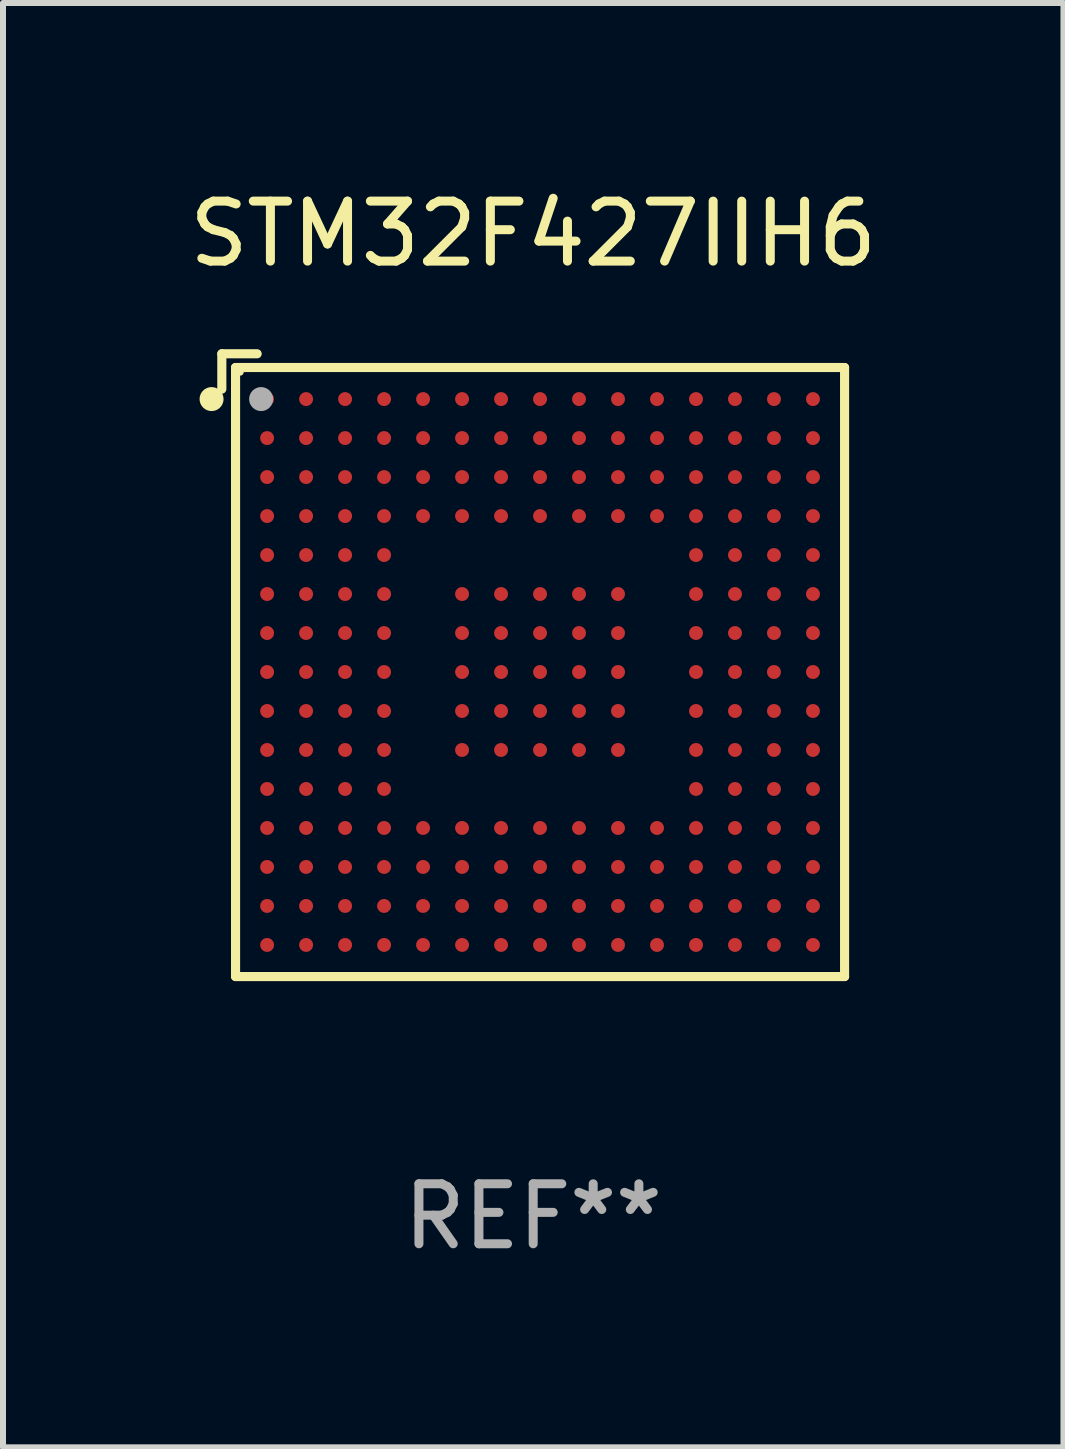
<source format=kicad_pcb>
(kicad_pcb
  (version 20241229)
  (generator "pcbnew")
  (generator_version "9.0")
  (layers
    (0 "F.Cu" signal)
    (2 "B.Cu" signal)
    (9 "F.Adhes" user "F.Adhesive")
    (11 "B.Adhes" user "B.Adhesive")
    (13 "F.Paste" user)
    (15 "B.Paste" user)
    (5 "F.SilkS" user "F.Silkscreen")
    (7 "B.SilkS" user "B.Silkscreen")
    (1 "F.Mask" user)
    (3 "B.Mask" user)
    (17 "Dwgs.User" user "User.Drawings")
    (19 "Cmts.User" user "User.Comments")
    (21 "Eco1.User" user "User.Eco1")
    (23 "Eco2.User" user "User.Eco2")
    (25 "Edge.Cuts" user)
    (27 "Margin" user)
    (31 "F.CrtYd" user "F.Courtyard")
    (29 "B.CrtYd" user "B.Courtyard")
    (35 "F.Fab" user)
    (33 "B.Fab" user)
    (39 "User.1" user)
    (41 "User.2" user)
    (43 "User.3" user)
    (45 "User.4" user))
  (footprint "STM32F427IIH6"
    (layer "F.Cu")
    (at 5.839 8.039)
    (property "Reference" "STM32F427IIH6" (at 0 -7.191 0) (layer "F.SilkS") (effects (font (size 1 1) (thickness 0.15))))
    (attr through_hole)
    (fp_line (start -5.191 -5.191) (end -5.191 -4.602) (stroke (width 0.152) (type solid)) (layer "F.SilkS"))
    (fp_line (start -4.962 -4.962) (end 5.191 -4.962) (stroke (width 0.152) (type solid)) (layer "F.SilkS"))
    (fp_line (start -4.962 5.191) (end -4.962 -4.962) (stroke (width 0.152) (type solid)) (layer "F.SilkS"))
    (fp_line (start -4.602 -5.191) (end -5.191 -5.191) (stroke (width 0.152) (type solid)) (layer "F.SilkS"))
    (fp_line (start 5.191 -4.962) (end 5.191 5.191) (stroke (width 0.152) (type solid)) (layer "F.SilkS"))
    (fp_line (start 5.191 5.191) (end -4.962 5.191) (stroke (width 0.152) (type solid)) (layer "F.SilkS"))
    (fp_circle (center -5.362 -4.436) (end -5.262 -4.436) (stroke (width 0.2) (type solid)) (fill no) (layer "F.SilkS"))
    (fp_circle (center -4.886 -4.886) (end -4.856 -4.886) (stroke (width 0.06) (type solid)) (fill no) (layer "F.SilkS"))
    (fp_circle (center -4.536 -4.436) (end -4.436 -4.436) (stroke (width 0.2) (type solid)) (fill no) (layer "F.Fab"))
    (fp_text user "REF**" (at 0 9.191 0) (layer "F.Fab") (effects (font (size 1 1) (thickness 0.15))))
    (pad "A1" smd circle (at -4.436 -4.436) (size 0.232 0.232) (layers "F.Cu" "F.Mask" "F.Paste"))
    (pad "A2" smd circle (at -3.786 -4.436) (size 0.232 0.232) (layers "F.Cu" "F.Mask" "F.Paste"))
    (pad "A3" smd circle (at -3.136 -4.436) (size 0.232 0.232) (layers "F.Cu" "F.Mask" "F.Paste"))
    (pad "A4" smd circle (at -2.486 -4.436) (size 0.232 0.232) (layers "F.Cu" "F.Mask" "F.Paste"))
    (pad "A5" smd circle (at -1.836 -4.436) (size 0.232 0.232) (layers "F.Cu" "F.Mask" "F.Paste"))
    (pad "A6" smd circle (at -1.186 -4.436) (size 0.232 0.232) (layers "F.Cu" "F.Mask" "F.Paste"))
    (pad "A7" smd circle (at -0.536 -4.436) (size 0.232 0.232) (layers "F.Cu" "F.Mask" "F.Paste"))
    (pad "A8" smd circle (at 0.114 -4.436) (size 0.232 0.232) (layers "F.Cu" "F.Mask" "F.Paste"))
    (pad "A9" smd circle (at 0.764 -4.436) (size 0.232 0.232) (layers "F.Cu" "F.Mask" "F.Paste"))
    (pad "A10" smd circle (at 1.414 -4.436) (size 0.232 0.232) (layers "F.Cu" "F.Mask" "F.Paste"))
    (pad "A11" smd circle (at 2.064 -4.436) (size 0.232 0.232) (layers "F.Cu" "F.Mask" "F.Paste"))
    (pad "A12" smd circle (at 2.714 -4.436) (size 0.232 0.232) (layers "F.Cu" "F.Mask" "F.Paste"))
    (pad "A13" smd circle (at 3.364 -4.436) (size 0.232 0.232) (layers "F.Cu" "F.Mask" "F.Paste"))
    (pad "A14" smd circle (at 4.014 -4.436) (size 0.232 0.232) (layers "F.Cu" "F.Mask" "F.Paste"))
    (pad "A15" smd circle (at 4.664 -4.436) (size 0.232 0.232) (layers "F.Cu" "F.Mask" "F.Paste"))
    (pad "B1" smd circle (at -4.436 -3.786) (size 0.232 0.232) (layers "F.Cu" "F.Mask" "F.Paste"))
    (pad "B2" smd circle (at -3.786 -3.786) (size 0.232 0.232) (layers "F.Cu" "F.Mask" "F.Paste"))
    (pad "B3" smd circle (at -3.136 -3.786) (size 0.232 0.232) (layers "F.Cu" "F.Mask" "F.Paste"))
    (pad "B4" smd circle (at -2.486 -3.786) (size 0.232 0.232) (layers "F.Cu" "F.Mask" "F.Paste"))
    (pad "B5" smd circle (at -1.836 -3.786) (size 0.232 0.232) (layers "F.Cu" "F.Mask" "F.Paste"))
    (pad "B6" smd circle (at -1.186 -3.786) (size 0.232 0.232) (layers "F.Cu" "F.Mask" "F.Paste"))
    (pad "B7" smd circle (at -0.536 -3.786) (size 0.232 0.232) (layers "F.Cu" "F.Mask" "F.Paste"))
    (pad "B8" smd circle (at 0.114 -3.786) (size 0.232 0.232) (layers "F.Cu" "F.Mask" "F.Paste"))
    (pad "B9" smd circle (at 0.764 -3.786) (size 0.232 0.232) (layers "F.Cu" "F.Mask" "F.Paste"))
    (pad "B10" smd circle (at 1.414 -3.786) (size 0.232 0.232) (layers "F.Cu" "F.Mask" "F.Paste"))
    (pad "B11" smd circle (at 2.064 -3.786) (size 0.232 0.232) (layers "F.Cu" "F.Mask" "F.Paste"))
    (pad "B12" smd circle (at 2.714 -3.786) (size 0.232 0.232) (layers "F.Cu" "F.Mask" "F.Paste"))
    (pad "B13" smd circle (at 3.364 -3.786) (size 0.232 0.232) (layers "F.Cu" "F.Mask" "F.Paste"))
    (pad "B14" smd circle (at 4.014 -3.786) (size 0.232 0.232) (layers "F.Cu" "F.Mask" "F.Paste"))
    (pad "B15" smd circle (at 4.664 -3.786) (size 0.232 0.232) (layers "F.Cu" "F.Mask" "F.Paste"))
    (pad "C1" smd circle (at -4.436 -3.136) (size 0.232 0.232) (layers "F.Cu" "F.Mask" "F.Paste"))
    (pad "C2" smd circle (at -3.786 -3.136) (size 0.232 0.232) (layers "F.Cu" "F.Mask" "F.Paste"))
    (pad "C3" smd circle (at -3.136 -3.136) (size 0.232 0.232) (layers "F.Cu" "F.Mask" "F.Paste"))
    (pad "C4" smd circle (at -2.486 -3.136) (size 0.232 0.232) (layers "F.Cu" "F.Mask" "F.Paste"))
    (pad "C5" smd circle (at -1.836 -3.136) (size 0.232 0.232) (layers "F.Cu" "F.Mask" "F.Paste"))
    (pad "C6" smd circle (at -1.186 -3.136) (size 0.232 0.232) (layers "F.Cu" "F.Mask" "F.Paste"))
    (pad "C7" smd circle (at -0.536 -3.136) (size 0.232 0.232) (layers "F.Cu" "F.Mask" "F.Paste"))
    (pad "C8" smd circle (at 0.114 -3.136) (size 0.232 0.232) (layers "F.Cu" "F.Mask" "F.Paste"))
    (pad "C9" smd circle (at 0.764 -3.136) (size 0.232 0.232) (layers "F.Cu" "F.Mask" "F.Paste"))
    (pad "C10" smd circle (at 1.414 -3.136) (size 0.232 0.232) (layers "F.Cu" "F.Mask" "F.Paste"))
    (pad "C11" smd circle (at 2.064 -3.136) (size 0.232 0.232) (layers "F.Cu" "F.Mask" "F.Paste"))
    (pad "C12" smd circle (at 2.714 -3.136) (size 0.232 0.232) (layers "F.Cu" "F.Mask" "F.Paste"))
    (pad "C13" smd circle (at 3.364 -3.136) (size 0.232 0.232) (layers "F.Cu" "F.Mask" "F.Paste"))
    (pad "C14" smd circle (at 4.014 -3.136) (size 0.232 0.232) (layers "F.Cu" "F.Mask" "F.Paste"))
    (pad "C15" smd circle (at 4.664 -3.136) (size 0.232 0.232) (layers "F.Cu" "F.Mask" "F.Paste"))
    (pad "D1" smd circle (at -4.436 -2.486) (size 0.232 0.232) (layers "F.Cu" "F.Mask" "F.Paste"))
    (pad "D2" smd circle (at -3.786 -2.486) (size 0.232 0.232) (layers "F.Cu" "F.Mask" "F.Paste"))
    (pad "D3" smd circle (at -3.136 -2.486) (size 0.232 0.232) (layers "F.Cu" "F.Mask" "F.Paste"))
    (pad "D4" smd circle (at -2.486 -2.486) (size 0.232 0.232) (layers "F.Cu" "F.Mask" "F.Paste"))
    (pad "D5" smd circle (at -1.836 -2.486) (size 0.232 0.232) (layers "F.Cu" "F.Mask" "F.Paste"))
    (pad "D6" smd circle (at -1.186 -2.486) (size 0.232 0.232) (layers "F.Cu" "F.Mask" "F.Paste"))
    (pad "D7" smd circle (at -0.536 -2.486) (size 0.232 0.232) (layers "F.Cu" "F.Mask" "F.Paste"))
    (pad "D8" smd circle (at 0.114 -2.486) (size 0.232 0.232) (layers "F.Cu" "F.Mask" "F.Paste"))
    (pad "D9" smd circle (at 0.764 -2.486) (size 0.232 0.232) (layers "F.Cu" "F.Mask" "F.Paste"))
    (pad "D10" smd circle (at 1.414 -2.486) (size 0.232 0.232) (layers "F.Cu" "F.Mask" "F.Paste"))
    (pad "D11" smd circle (at 2.064 -2.486) (size 0.232 0.232) (layers "F.Cu" "F.Mask" "F.Paste"))
    (pad "D12" smd circle (at 2.714 -2.486) (size 0.232 0.232) (layers "F.Cu" "F.Mask" "F.Paste"))
    (pad "D13" smd circle (at 3.364 -2.486) (size 0.232 0.232) (layers "F.Cu" "F.Mask" "F.Paste"))
    (pad "D14" smd circle (at 4.014 -2.486) (size 0.232 0.232) (layers "F.Cu" "F.Mask" "F.Paste"))
    (pad "D15" smd circle (at 4.664 -2.486) (size 0.232 0.232) (layers "F.Cu" "F.Mask" "F.Paste"))
    (pad "E1" smd circle (at -4.436 -1.836) (size 0.232 0.232) (layers "F.Cu" "F.Mask" "F.Paste"))
    (pad "E2" smd circle (at -3.786 -1.836) (size 0.232 0.232) (layers "F.Cu" "F.Mask" "F.Paste"))
    (pad "E3" smd circle (at -3.136 -1.836) (size 0.232 0.232) (layers "F.Cu" "F.Mask" "F.Paste"))
    (pad "E4" smd circle (at -2.486 -1.836) (size 0.232 0.232) (layers "F.Cu" "F.Mask" "F.Paste"))
    (pad "E12" smd circle (at 2.714 -1.836) (size 0.232 0.232) (layers "F.Cu" "F.Mask" "F.Paste"))
    (pad "E13" smd circle (at 3.364 -1.836) (size 0.232 0.232) (layers "F.Cu" "F.Mask" "F.Paste"))
    (pad "E14" smd circle (at 4.014 -1.836) (size 0.232 0.232) (layers "F.Cu" "F.Mask" "F.Paste"))
    (pad "E15" smd circle (at 4.664 -1.836) (size 0.232 0.232) (layers "F.Cu" "F.Mask" "F.Paste"))
    (pad "F1" smd circle (at -4.436 -1.186) (size 0.232 0.232) (layers "F.Cu" "F.Mask" "F.Paste"))
    (pad "F2" smd circle (at -3.786 -1.186) (size 0.232 0.232) (layers "F.Cu" "F.Mask" "F.Paste"))
    (pad "F3" smd circle (at -3.136 -1.186) (size 0.232 0.232) (layers "F.Cu" "F.Mask" "F.Paste"))
    (pad "F4" smd circle (at -2.486 -1.186) (size 0.232 0.232) (layers "F.Cu" "F.Mask" "F.Paste"))
    (pad "F6" smd circle (at -1.186 -1.186) (size 0.232 0.232) (layers "F.Cu" "F.Mask" "F.Paste"))
    (pad "F7" smd circle (at -0.536 -1.186) (size 0.232 0.232) (layers "F.Cu" "F.Mask" "F.Paste"))
    (pad "F8" smd circle (at 0.114 -1.186) (size 0.232 0.232) (layers "F.Cu" "F.Mask" "F.Paste"))
    (pad "F9" smd circle (at 0.764 -1.186) (size 0.232 0.232) (layers "F.Cu" "F.Mask" "F.Paste"))
    (pad "F10" smd circle (at 1.414 -1.186) (size 0.232 0.232) (layers "F.Cu" "F.Mask" "F.Paste"))
    (pad "F12" smd circle (at 2.714 -1.186) (size 0.232 0.232) (layers "F.Cu" "F.Mask" "F.Paste"))
    (pad "F13" smd circle (at 3.364 -1.186) (size 0.232 0.232) (layers "F.Cu" "F.Mask" "F.Paste"))
    (pad "F14" smd circle (at 4.014 -1.186) (size 0.232 0.232) (layers "F.Cu" "F.Mask" "F.Paste"))
    (pad "F15" smd circle (at 4.664 -1.186) (size 0.232 0.232) (layers "F.Cu" "F.Mask" "F.Paste"))
    (pad "G1" smd circle (at -4.436 -0.536) (size 0.232 0.232) (layers "F.Cu" "F.Mask" "F.Paste"))
    (pad "G2" smd circle (at -3.786 -0.536) (size 0.232 0.232) (layers "F.Cu" "F.Mask" "F.Paste"))
    (pad "G3" smd circle (at -3.136 -0.536) (size 0.232 0.232) (layers "F.Cu" "F.Mask" "F.Paste"))
    (pad "G4" smd circle (at -2.486 -0.536) (size 0.232 0.232) (layers "F.Cu" "F.Mask" "F.Paste"))
    (pad "G6" smd circle (at -1.186 -0.536) (size 0.232 0.232) (layers "F.Cu" "F.Mask" "F.Paste"))
    (pad "G7" smd circle (at -0.536 -0.536) (size 0.232 0.232) (layers "F.Cu" "F.Mask" "F.Paste"))
    (pad "G8" smd circle (at 0.114 -0.536) (size 0.232 0.232) (layers "F.Cu" "F.Mask" "F.Paste"))
    (pad "G9" smd circle (at 0.764 -0.536) (size 0.232 0.232) (layers "F.Cu" "F.Mask" "F.Paste"))
    (pad "G10" smd circle (at 1.414 -0.536) (size 0.232 0.232) (layers "F.Cu" "F.Mask" "F.Paste"))
    (pad "G12" smd circle (at 2.714 -0.536) (size 0.232 0.232) (layers "F.Cu" "F.Mask" "F.Paste"))
    (pad "G13" smd circle (at 3.364 -0.536) (size 0.232 0.232) (layers "F.Cu" "F.Mask" "F.Paste"))
    (pad "G14" smd circle (at 4.014 -0.536) (size 0.232 0.232) (layers "F.Cu" "F.Mask" "F.Paste"))
    (pad "G15" smd circle (at 4.664 -0.536) (size 0.232 0.232) (layers "F.Cu" "F.Mask" "F.Paste"))
    (pad "H1" smd circle (at -4.436 0.114) (size 0.232 0.232) (layers "F.Cu" "F.Mask" "F.Paste"))
    (pad "H2" smd circle (at -3.786 0.114) (size 0.232 0.232) (layers "F.Cu" "F.Mask" "F.Paste"))
    (pad "H3" smd circle (at -3.136 0.114) (size 0.232 0.232) (layers "F.Cu" "F.Mask" "F.Paste"))
    (pad "H4" smd circle (at -2.486 0.114) (size 0.232 0.232) (layers "F.Cu" "F.Mask" "F.Paste"))
    (pad "H6" smd circle (at -1.186 0.114) (size 0.232 0.232) (layers "F.Cu" "F.Mask" "F.Paste"))
    (pad "H7" smd circle (at -0.536 0.114) (size 0.232 0.232) (layers "F.Cu" "F.Mask" "F.Paste"))
    (pad "H8" smd circle (at 0.114 0.114) (size 0.232 0.232) (layers "F.Cu" "F.Mask" "F.Paste"))
    (pad "H9" smd circle (at 0.764 0.114) (size 0.232 0.232) (layers "F.Cu" "F.Mask" "F.Paste"))
    (pad "H10" smd circle (at 1.414 0.114) (size 0.232 0.232) (layers "F.Cu" "F.Mask" "F.Paste"))
    (pad "H12" smd circle (at 2.714 0.114) (size 0.232 0.232) (layers "F.Cu" "F.Mask" "F.Paste"))
    (pad "H13" smd circle (at 3.364 0.114) (size 0.232 0.232) (layers "F.Cu" "F.Mask" "F.Paste"))
    (pad "H14" smd circle (at 4.014 0.114) (size 0.232 0.232) (layers "F.Cu" "F.Mask" "F.Paste"))
    (pad "H15" smd circle (at 4.664 0.114) (size 0.232 0.232) (layers "F.Cu" "F.Mask" "F.Paste"))
    (pad "J1" smd circle (at -4.436 0.764) (size 0.232 0.232) (layers "F.Cu" "F.Mask" "F.Paste"))
    (pad "J2" smd circle (at -3.786 0.764) (size 0.232 0.232) (layers "F.Cu" "F.Mask" "F.Paste"))
    (pad "J3" smd circle (at -3.136 0.764) (size 0.232 0.232) (layers "F.Cu" "F.Mask" "F.Paste"))
    (pad "J4" smd circle (at -2.486 0.764) (size 0.232 0.232) (layers "F.Cu" "F.Mask" "F.Paste"))
    (pad "J6" smd circle (at -1.186 0.764) (size 0.232 0.232) (layers "F.Cu" "F.Mask" "F.Paste"))
    (pad "J7" smd circle (at -0.536 0.764) (size 0.232 0.232) (layers "F.Cu" "F.Mask" "F.Paste"))
    (pad "J8" smd circle (at 0.114 0.764) (size 0.232 0.232) (layers "F.Cu" "F.Mask" "F.Paste"))
    (pad "J9" smd circle (at 0.764 0.764) (size 0.232 0.232) (layers "F.Cu" "F.Mask" "F.Paste"))
    (pad "J10" smd circle (at 1.414 0.764) (size 0.232 0.232) (layers "F.Cu" "F.Mask" "F.Paste"))
    (pad "J12" smd circle (at 2.714 0.764) (size 0.232 0.232) (layers "F.Cu" "F.Mask" "F.Paste"))
    (pad "J13" smd circle (at 3.364 0.764) (size 0.232 0.232) (layers "F.Cu" "F.Mask" "F.Paste"))
    (pad "J14" smd circle (at 4.014 0.764) (size 0.232 0.232) (layers "F.Cu" "F.Mask" "F.Paste"))
    (pad "J15" smd circle (at 4.664 0.764) (size 0.232 0.232) (layers "F.Cu" "F.Mask" "F.Paste"))
    (pad "K1" smd circle (at -4.436 1.414) (size 0.232 0.232) (layers "F.Cu" "F.Mask" "F.Paste"))
    (pad "K2" smd circle (at -3.786 1.414) (size 0.232 0.232) (layers "F.Cu" "F.Mask" "F.Paste"))
    (pad "K3" smd circle (at -3.136 1.414) (size 0.232 0.232) (layers "F.Cu" "F.Mask" "F.Paste"))
    (pad "K4" smd circle (at -2.486 1.414) (size 0.232 0.232) (layers "F.Cu" "F.Mask" "F.Paste"))
    (pad "K6" smd circle (at -1.186 1.414) (size 0.232 0.232) (layers "F.Cu" "F.Mask" "F.Paste"))
    (pad "K7" smd circle (at -0.536 1.414) (size 0.232 0.232) (layers "F.Cu" "F.Mask" "F.Paste"))
    (pad "K8" smd circle (at 0.114 1.414) (size 0.232 0.232) (layers "F.Cu" "F.Mask" "F.Paste"))
    (pad "K9" smd circle (at 0.764 1.414) (size 0.232 0.232) (layers "F.Cu" "F.Mask" "F.Paste"))
    (pad "K10" smd circle (at 1.414 1.414) (size 0.232 0.232) (layers "F.Cu" "F.Mask" "F.Paste"))
    (pad "K12" smd circle (at 2.714 1.414) (size 0.232 0.232) (layers "F.Cu" "F.Mask" "F.Paste"))
    (pad "K13" smd circle (at 3.364 1.414) (size 0.232 0.232) (layers "F.Cu" "F.Mask" "F.Paste"))
    (pad "K14" smd circle (at 4.014 1.414) (size 0.232 0.232) (layers "F.Cu" "F.Mask" "F.Paste"))
    (pad "K15" smd circle (at 4.664 1.414) (size 0.232 0.232) (layers "F.Cu" "F.Mask" "F.Paste"))
    (pad "L1" smd circle (at -4.436 2.064) (size 0.232 0.232) (layers "F.Cu" "F.Mask" "F.Paste"))
    (pad "L2" smd circle (at -3.786 2.064) (size 0.232 0.232) (layers "F.Cu" "F.Mask" "F.Paste"))
    (pad "L3" smd circle (at -3.136 2.064) (size 0.232 0.232) (layers "F.Cu" "F.Mask" "F.Paste"))
    (pad "L4" smd circle (at -2.486 2.064) (size 0.232 0.232) (layers "F.Cu" "F.Mask" "F.Paste"))
    (pad "L12" smd circle (at 2.714 2.064) (size 0.232 0.232) (layers "F.Cu" "F.Mask" "F.Paste"))
    (pad "L13" smd circle (at 3.364 2.064) (size 0.232 0.232) (layers "F.Cu" "F.Mask" "F.Paste"))
    (pad "L14" smd circle (at 4.014 2.064) (size 0.232 0.232) (layers "F.Cu" "F.Mask" "F.Paste"))
    (pad "L15" smd circle (at 4.664 2.064) (size 0.232 0.232) (layers "F.Cu" "F.Mask" "F.Paste"))
    (pad "M1" smd circle (at -4.436 2.714) (size 0.232 0.232) (layers "F.Cu" "F.Mask" "F.Paste"))
    (pad "M2" smd circle (at -3.786 2.714) (size 0.232 0.232) (layers "F.Cu" "F.Mask" "F.Paste"))
    (pad "M3" smd circle (at -3.136 2.714) (size 0.232 0.232) (layers "F.Cu" "F.Mask" "F.Paste"))
    (pad "M4" smd circle (at -2.486 2.714) (size 0.232 0.232) (layers "F.Cu" "F.Mask" "F.Paste"))
    (pad "M5" smd circle (at -1.836 2.714) (size 0.232 0.232) (layers "F.Cu" "F.Mask" "F.Paste"))
    (pad "M6" smd circle (at -1.186 2.714) (size 0.232 0.232) (layers "F.Cu" "F.Mask" "F.Paste"))
    (pad "M7" smd circle (at -0.536 2.714) (size 0.232 0.232) (layers "F.Cu" "F.Mask" "F.Paste"))
    (pad "M8" smd circle (at 0.114 2.714) (size 0.232 0.232) (layers "F.Cu" "F.Mask" "F.Paste"))
    (pad "M9" smd circle (at 0.764 2.714) (size 0.232 0.232) (layers "F.Cu" "F.Mask" "F.Paste"))
    (pad "M10" smd circle (at 1.414 2.714) (size 0.232 0.232) (layers "F.Cu" "F.Mask" "F.Paste"))
    (pad "M11" smd circle (at 2.064 2.714) (size 0.232 0.232) (layers "F.Cu" "F.Mask" "F.Paste"))
    (pad "M12" smd circle (at 2.714 2.714) (size 0.232 0.232) (layers "F.Cu" "F.Mask" "F.Paste"))
    (pad "M13" smd circle (at 3.364 2.714) (size 0.232 0.232) (layers "F.Cu" "F.Mask" "F.Paste"))
    (pad "M14" smd circle (at 4.014 2.714) (size 0.232 0.232) (layers "F.Cu" "F.Mask" "F.Paste"))
    (pad "M15" smd circle (at 4.664 2.714) (size 0.232 0.232) (layers "F.Cu" "F.Mask" "F.Paste"))
    (pad "N1" smd circle (at -4.436 3.364) (size 0.232 0.232) (layers "F.Cu" "F.Mask" "F.Paste"))
    (pad "N2" smd circle (at -3.786 3.364) (size 0.232 0.232) (layers "F.Cu" "F.Mask" "F.Paste"))
    (pad "N3" smd circle (at -3.136 3.364) (size 0.232 0.232) (layers "F.Cu" "F.Mask" "F.Paste"))
    (pad "N4" smd circle (at -2.486 3.364) (size 0.232 0.232) (layers "F.Cu" "F.Mask" "F.Paste"))
    (pad "N5" smd circle (at -1.836 3.364) (size 0.232 0.232) (layers "F.Cu" "F.Mask" "F.Paste"))
    (pad "N6" smd circle (at -1.186 3.364) (size 0.232 0.232) (layers "F.Cu" "F.Mask" "F.Paste"))
    (pad "N7" smd circle (at -0.536 3.364) (size 0.232 0.232) (layers "F.Cu" "F.Mask" "F.Paste"))
    (pad "N8" smd circle (at 0.114 3.364) (size 0.232 0.232) (layers "F.Cu" "F.Mask" "F.Paste"))
    (pad "N9" smd circle (at 0.764 3.364) (size 0.232 0.232) (layers "F.Cu" "F.Mask" "F.Paste"))
    (pad "N10" smd circle (at 1.414 3.364) (size 0.232 0.232) (layers "F.Cu" "F.Mask" "F.Paste"))
    (pad "N11" smd circle (at 2.064 3.364) (size 0.232 0.232) (layers "F.Cu" "F.Mask" "F.Paste"))
    (pad "N12" smd circle (at 2.714 3.364) (size 0.232 0.232) (layers "F.Cu" "F.Mask" "F.Paste"))
    (pad "N13" smd circle (at 3.364 3.364) (size 0.232 0.232) (layers "F.Cu" "F.Mask" "F.Paste"))
    (pad "N14" smd circle (at 4.014 3.364) (size 0.232 0.232) (layers "F.Cu" "F.Mask" "F.Paste"))
    (pad "N15" smd circle (at 4.664 3.364) (size 0.232 0.232) (layers "F.Cu" "F.Mask" "F.Paste"))
    (pad "P1" smd circle (at -4.436 4.014) (size 0.232 0.232) (layers "F.Cu" "F.Mask" "F.Paste"))
    (pad "P2" smd circle (at -3.786 4.014) (size 0.232 0.232) (layers "F.Cu" "F.Mask" "F.Paste"))
    (pad "P3" smd circle (at -3.136 4.014) (size 0.232 0.232) (layers "F.Cu" "F.Mask" "F.Paste"))
    (pad "P4" smd circle (at -2.486 4.014) (size 0.232 0.232) (layers "F.Cu" "F.Mask" "F.Paste"))
    (pad "P5" smd circle (at -1.836 4.014) (size 0.232 0.232) (layers "F.Cu" "F.Mask" "F.Paste"))
    (pad "P6" smd circle (at -1.186 4.014) (size 0.232 0.232) (layers "F.Cu" "F.Mask" "F.Paste"))
    (pad "P7" smd circle (at -0.536 4.014) (size 0.232 0.232) (layers "F.Cu" "F.Mask" "F.Paste"))
    (pad "P8" smd circle (at 0.114 4.014) (size 0.232 0.232) (layers "F.Cu" "F.Mask" "F.Paste"))
    (pad "P9" smd circle (at 0.764 4.014) (size 0.232 0.232) (layers "F.Cu" "F.Mask" "F.Paste"))
    (pad "P10" smd circle (at 1.414 4.014) (size 0.232 0.232) (layers "F.Cu" "F.Mask" "F.Paste"))
    (pad "P11" smd circle (at 2.064 4.014) (size 0.232 0.232) (layers "F.Cu" "F.Mask" "F.Paste"))
    (pad "P12" smd circle (at 2.714 4.014) (size 0.232 0.232) (layers "F.Cu" "F.Mask" "F.Paste"))
    (pad "P13" smd circle (at 3.364 4.014) (size 0.232 0.232) (layers "F.Cu" "F.Mask" "F.Paste"))
    (pad "P14" smd circle (at 4.014 4.014) (size 0.232 0.232) (layers "F.Cu" "F.Mask" "F.Paste"))
    (pad "P15" smd circle (at 4.664 4.014) (size 0.232 0.232) (layers "F.Cu" "F.Mask" "F.Paste"))
    (pad "R1" smd circle (at -4.436 4.664) (size 0.232 0.232) (layers "F.Cu" "F.Mask" "F.Paste"))
    (pad "R2" smd circle (at -3.786 4.664) (size 0.232 0.232) (layers "F.Cu" "F.Mask" "F.Paste"))
    (pad "R3" smd circle (at -3.136 4.664) (size 0.232 0.232) (layers "F.Cu" "F.Mask" "F.Paste"))
    (pad "R4" smd circle (at -2.486 4.664) (size 0.232 0.232) (layers "F.Cu" "F.Mask" "F.Paste"))
    (pad "R5" smd circle (at -1.836 4.664) (size 0.232 0.232) (layers "F.Cu" "F.Mask" "F.Paste"))
    (pad "R6" smd circle (at -1.186 4.664) (size 0.232 0.232) (layers "F.Cu" "F.Mask" "F.Paste"))
    (pad "R7" smd circle (at -0.536 4.664) (size 0.232 0.232) (layers "F.Cu" "F.Mask" "F.Paste"))
    (pad "R8" smd circle (at 0.114 4.664) (size 0.232 0.232) (layers "F.Cu" "F.Mask" "F.Paste"))
    (pad "R9" smd circle (at 0.764 4.664) (size 0.232 0.232) (layers "F.Cu" "F.Mask" "F.Paste"))
    (pad "R10" smd circle (at 1.414 4.664) (size 0.232 0.232) (layers "F.Cu" "F.Mask" "F.Paste"))
    (pad "R11" smd circle (at 2.064 4.664) (size 0.232 0.232) (layers "F.Cu" "F.Mask" "F.Paste"))
    (pad "R12" smd circle (at 2.714 4.664) (size 0.232 0.232) (layers "F.Cu" "F.Mask" "F.Paste"))
    (pad "R13" smd circle (at 3.364 4.664) (size 0.232 0.232) (layers "F.Cu" "F.Mask" "F.Paste"))
    (pad "R14" smd circle (at 4.014 4.664) (size 0.232 0.232) (layers "F.Cu" "F.Mask" "F.Paste"))
    (pad "R15" smd circle (at 4.664 4.664) (size 0.232 0.232) (layers "F.Cu" "F.Mask" "F.Paste")))
  (gr_rect
    (start -3 -3)
    (end 14.679 21.078)
    (stroke (width 0.1) (type default))
    (fill no)
    (layer "Edge.Cuts")))
</source>
